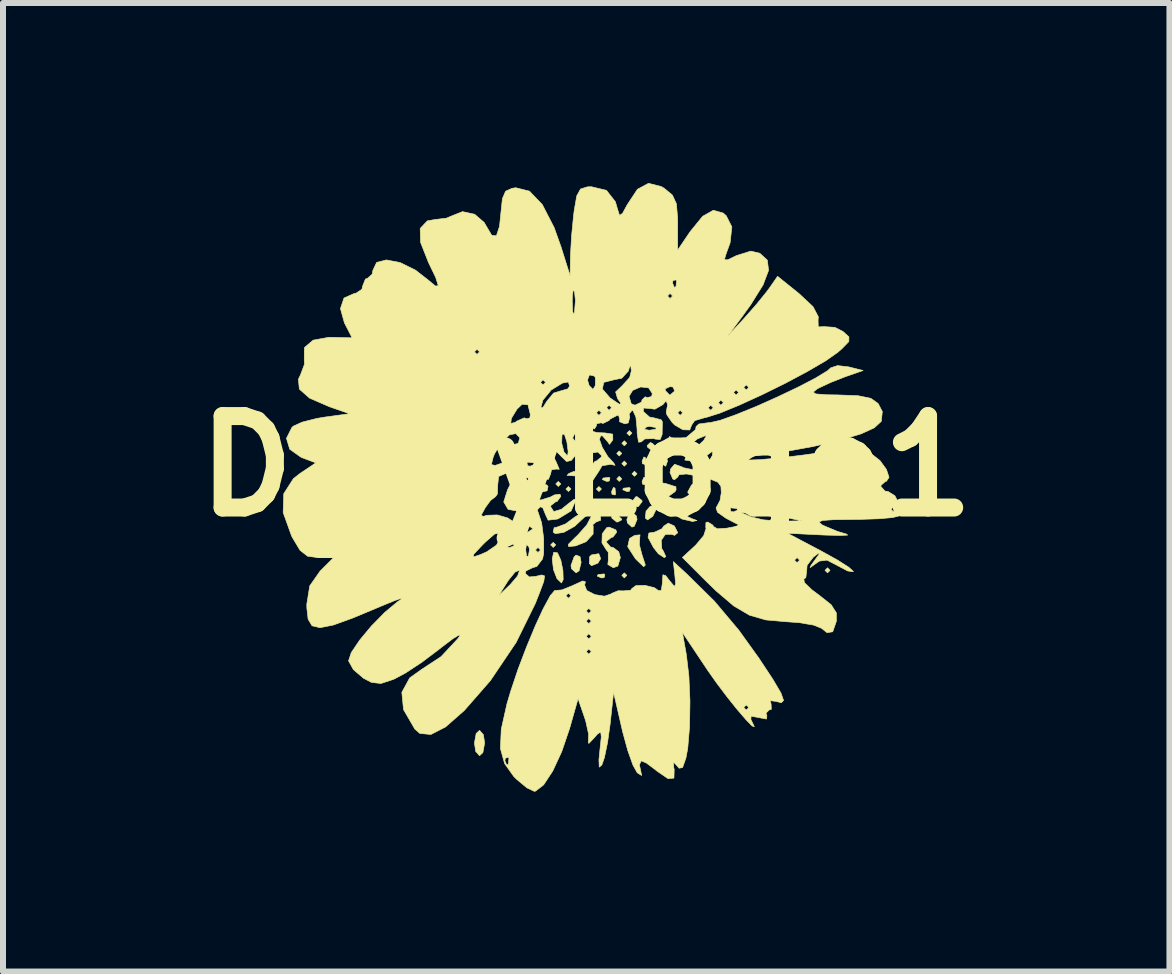
<source format=kicad_pcb>
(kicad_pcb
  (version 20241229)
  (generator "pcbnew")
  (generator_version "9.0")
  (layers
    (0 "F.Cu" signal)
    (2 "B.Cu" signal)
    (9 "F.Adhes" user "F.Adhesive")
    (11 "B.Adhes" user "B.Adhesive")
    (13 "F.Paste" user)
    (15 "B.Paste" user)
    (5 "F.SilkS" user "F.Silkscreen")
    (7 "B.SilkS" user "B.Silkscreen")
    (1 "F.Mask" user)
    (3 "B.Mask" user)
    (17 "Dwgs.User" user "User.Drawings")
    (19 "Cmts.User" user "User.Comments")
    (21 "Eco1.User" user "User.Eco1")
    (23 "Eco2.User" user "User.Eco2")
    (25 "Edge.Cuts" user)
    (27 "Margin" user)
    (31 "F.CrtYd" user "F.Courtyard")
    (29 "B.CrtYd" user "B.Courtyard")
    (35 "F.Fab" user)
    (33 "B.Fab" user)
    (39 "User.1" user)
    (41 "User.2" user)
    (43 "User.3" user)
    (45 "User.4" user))
  (footprint "DaisyLogo1"
    (layer "F.Cu")
    (at 6.72 4.719)
    (property "Reference" "DaisyLogo1" (at 0 0 0) (layer "F.SilkS") (effects (font (size 1.524 1.524) (thickness 0.3))))
    (attr through_hole)
    (fp_poly (pts (xy -0.508 1.312) (xy -0.55 1.355) (xy -0.593 1.312) (xy -0.55 1.27) (xy -0.508 1.312)) (stroke (width 0.01) (type solid)) (fill yes) (layer "F.SilkS"))
    (fp_poly (pts (xy -0.423 0.296) (xy -0.466 0.339) (xy -0.508 0.296) (xy -0.466 0.254) (xy -0.423 0.296)) (stroke (width 0.01) (type solid)) (fill yes) (layer "F.SilkS"))
    (fp_poly (pts (xy -0.254 0.381) (xy -0.296 0.423) (xy -0.339 0.381) (xy -0.296 0.339) (xy -0.254 0.381)) (stroke (width 0.01) (type solid)) (fill yes) (layer "F.SilkS"))
    (fp_poly (pts (xy 0.254 0.381) (xy 0.212 0.423) (xy 0.169 0.381) (xy 0.212 0.339) (xy 0.254 0.381)) (stroke (width 0.01) (type solid)) (fill yes) (layer "F.SilkS"))
    (fp_poly (pts (xy 0.593 -0.212) (xy 0.55 -0.169) (xy 0.508 -0.212) (xy 0.55 -0.254) (xy 0.593 -0.212)) (stroke (width 0.01) (type solid)) (fill yes) (layer "F.SilkS"))
    (fp_poly (pts (xy 0.593 0.212) (xy 0.55 0.254) (xy 0.508 0.212) (xy 0.55 0.169) (xy 0.593 0.212)) (stroke (width 0.01) (type solid)) (fill yes) (layer "F.SilkS"))
    (fp_poly (pts (xy 0.593 0.635) (xy 0.55 0.677) (xy 0.508 0.635) (xy 0.55 0.593) (xy 0.593 0.635)) (stroke (width 0.01) (type solid)) (fill yes) (layer "F.SilkS"))
    (fp_poly (pts (xy 0.677 -0.381) (xy 0.635 -0.339) (xy 0.593 -0.381) (xy 0.635 -0.423) (xy 0.677 -0.381)) (stroke (width 0.01) (type solid)) (fill yes) (layer "F.SilkS"))
    (fp_poly (pts (xy 0.677 -0.042) (xy 0.635 0) (xy 0.593 -0.042) (xy 0.635 -0.085) (xy 0.677 -0.042)) (stroke (width 0.01) (type solid)) (fill yes) (layer "F.SilkS"))
    (fp_poly (pts (xy 0.677 1.82) (xy 0.635 1.863) (xy 0.593 1.82) (xy 0.635 1.778) (xy 0.677 1.82)) (stroke (width 0.01) (type solid)) (fill yes) (layer "F.SilkS"))
    (fp_poly (pts (xy 0.762 -0.55) (xy 0.72 -0.508) (xy 0.677 -0.55) (xy 0.72 -0.593) (xy 0.762 -0.55)) (stroke (width 0.01) (type solid)) (fill yes) (layer "F.SilkS"))
    (fp_poly (pts (xy 0.847 0.127) (xy 0.804 0.169) (xy 0.762 0.127) (xy 0.804 0.085) (xy 0.847 0.127)) (stroke (width 0.01) (type solid)) (fill yes) (layer "F.SilkS"))
    (fp_poly (pts (xy 1.185 0.127) (xy 1.143 0.169) (xy 1.101 0.127) (xy 1.143 0.085) (xy 1.185 0.127)) (stroke (width 0.01) (type solid)) (fill yes) (layer "F.SilkS"))
    (fp_poly (pts (xy 4.064 1.736) (xy 4.022 1.778) (xy 3.979 1.736) (xy 4.022 1.693) (xy 4.064 1.736)) (stroke (width 0.01) (type solid)) (fill yes) (layer "F.SilkS"))
    (fp_poly (pts (xy 0.056 0.452) (xy 0.067 0.552) (xy 0.056 0.564) (xy 0.006 0.553) (xy 0 0.508) (xy 0.031 0.438) (xy 0.056 0.452)) (stroke (width 0.01) (type solid)) (fill yes) (layer "F.SilkS"))
    (fp_poly (pts (xy 0.31 0.621) (xy 0.299 0.671) (xy 0.254 0.677) (xy 0.184 0.646) (xy 0.198 0.621) (xy 0.298 0.611) (xy 0.31 0.621)) (stroke (width 0.01) (type solid)) (fill yes) (layer "F.SilkS"))
    (fp_poly (pts (xy 0.31 1.806) (xy 0.299 1.857) (xy 0.254 1.863) (xy 0.184 1.832) (xy 0.198 1.806) (xy 0.298 1.796) (xy 0.31 1.806)) (stroke (width 0.01) (type solid)) (fill yes) (layer "F.SilkS"))
    (fp_poly (pts (xy 0.395 0.198) (xy 0.383 0.248) (xy 0.339 0.254) (xy 0.269 0.223) (xy 0.282 0.198) (xy 0.383 0.187) (xy 0.395 0.198)) (stroke (width 0.01) (type solid)) (fill yes) (layer "F.SilkS"))
    (fp_poly (pts (xy 0.48 0.367) (xy 0.49 0.467) (xy 0.48 0.48) (xy 0.429 0.468) (xy 0.423 0.423) (xy 0.454 0.354) (xy 0.48 0.367)) (stroke (width 0.01) (type solid)) (fill yes) (layer "F.SilkS"))
    (fp_poly (pts (xy 0.734 0.367) (xy 0.722 0.417) (xy 0.677 0.423) (xy 0.608 0.392) (xy 0.621 0.367) (xy 0.721 0.357) (xy 0.734 0.367)) (stroke (width 0.01) (type solid)) (fill yes) (layer "F.SilkS"))
    (fp_poly (pts (xy 0.988 -0.141) (xy 0.998 -0.041) (xy 0.988 -0.028) (xy 0.937 -0.04) (xy 0.931 -0.085) (xy 0.962 -0.154) (xy 0.988 -0.141)) (stroke (width 0.01) (type solid)) (fill yes) (layer "F.SilkS"))
    (fp_poly (pts (xy 0.988 0.198) (xy 0.998 0.298) (xy 0.988 0.31) (xy 0.937 0.299) (xy 0.931 0.254) (xy 0.962 0.184) (xy 0.988 0.198)) (stroke (width 0.01) (type solid)) (fill yes) (layer "F.SilkS"))
    (fp_poly (pts (xy 1.157 0.452) (xy 1.145 0.502) (xy 1.101 0.508) (xy 1.031 0.477) (xy 1.044 0.452) (xy 1.145 0.441) (xy 1.157 0.452)) (stroke (width 0.01) (type solid)) (fill yes) (layer "F.SilkS"))
    (fp_poly (pts (xy 1.411 -0.48) (xy 1.421 -0.379) (xy 1.411 -0.367) (xy 1.361 -0.379) (xy 1.355 -0.423) (xy 1.386 -0.493) (xy 1.411 -0.48)) (stroke (width 0.01) (type solid)) (fill yes) (layer "F.SilkS"))
    (fp_poly (pts (xy 0.241 1.541) (xy 0.194 1.617) (xy 0.088 1.659) (xy 0.051 1.622) (xy 0.058 1.507) (xy 0.089 1.479) (xy 0.209 1.459) (xy 0.241 1.541)) (stroke (width 0.01) (type solid)) (fill yes) (layer "F.SilkS"))
    (fp_poly (pts (xy 1.176 0.698) (xy 1.11 0.835) (xy 1.023 0.896) (xy 0.985 0.865) (xy 0.997 0.75) (xy 1.059 0.677) (xy 1.162 0.627) (xy 1.176 0.698)) (stroke (width 0.01) (type solid)) (fill yes) (layer "F.SilkS"))
    (fp_poly (pts (xy -1.714 4.475) (xy -1.693 4.614) (xy -1.722 4.773) (xy -1.778 4.826) (xy -1.842 4.754) (xy -1.863 4.614) (xy -1.834 4.455) (xy -1.778 4.403) (xy -1.714 4.475)) (stroke (width 0.01) (type solid)) (fill yes) (layer "F.SilkS"))
    (fp_poly (pts (xy -0.103 1.508) (xy -0.085 1.604) (xy -0.119 1.744) (xy -0.169 1.778) (xy -0.245 1.71) (xy -0.254 1.656) (xy -0.202 1.512) (xy -0.169 1.482) (xy -0.103 1.508)) (stroke (width 0.01) (type solid)) (fill yes) (layer "F.SilkS"))
    (fp_poly (pts (xy 0.508 0.804) (xy 0.589 0.88) (xy 0.593 0.894) (xy 0.527 0.93) (xy 0.508 0.931) (xy 0.427 0.866) (xy 0.423 0.842) (xy 0.475 0.791) (xy 0.508 0.804)) (stroke (width 0.01) (type solid)) (fill yes) (layer "F.SilkS"))
    (fp_poly (pts (xy 0.837 0.831) (xy 0.847 0.889) (xy 0.801 1.002) (xy 0.762 1.016) (xy 0.687 0.947) (xy 0.677 0.889) (xy 0.723 0.776) (xy 0.762 0.762) (xy 0.837 0.831)) (stroke (width 0.01) (type solid)) (fill yes) (layer "F.SilkS"))
    (fp_poly (pts (xy 0.929 0.572) (xy 0.931 0.593) (xy 0.867 0.675) (xy 0.847 0.677) (xy 0.764 0.613) (xy 0.762 0.593) (xy 0.826 0.51) (xy 0.847 0.508) (xy 0.929 0.572)) (stroke (width 0.01) (type solid)) (fill yes) (layer "F.SilkS"))
    (fp_poly (pts (xy 1.101 -0.381) (xy 1.181 -0.305) (xy 1.185 -0.291) (xy 1.12 -0.255) (xy 1.101 -0.254) (xy 1.019 -0.319) (xy 1.016 -0.344) (xy 1.068 -0.394) (xy 1.101 -0.381)) (stroke (width 0.01) (type solid)) (fill yes) (layer "F.SilkS"))
    (fp_poly (pts (xy 1.351 -0.108) (xy 1.355 -0.085) (xy 1.326 -0.002) (xy 1.317 0) (xy 1.245 -0.059) (xy 1.228 -0.085) (xy 1.234 -0.163) (xy 1.265 -0.169) (xy 1.351 -0.108)) (stroke (width 0.01) (type solid)) (fill yes) (layer "F.SilkS"))
    (fp_poly (pts (xy 1.85 0.316) (xy 1.863 0.376) (xy 1.818 0.492) (xy 1.778 0.508) (xy 1.696 0.447) (xy 1.693 0.428) (xy 1.755 0.314) (xy 1.778 0.296) (xy 1.85 0.316)) (stroke (width 0.01) (type solid)) (fill yes) (layer "F.SilkS"))
    (fp_poly (pts (xy 1.318 0.287) (xy 1.457 0.332) (xy 1.494 0.339) (xy 1.498 0.393) (xy 1.482 0.423) (xy 1.37 0.504) (xy 1.263 0.428) (xy 1.236 0.372) (xy 1.229 0.275) (xy 1.318 0.287)) (stroke (width 0.01) (type solid)) (fill yes) (layer "F.SilkS"))
    (fp_poly (pts (xy -0.48 1.443) (xy -0.478 1.446) (xy -0.423 1.568) (xy -0.388 1.742) (xy -0.384 1.892) (xy -0.413 1.947) (xy -0.487 1.875) (xy -0.545 1.726) (xy -0.567 1.546) (xy -0.542 1.436) (xy -0.48 1.443)) (stroke (width 0.01) (type solid)) (fill yes) (layer "F.SilkS"))
    (fp_poly (pts (xy 0.893 1.179) (xy 0.885 1.308) (xy 0.929 1.475) (xy 0.985 1.648) (xy 0.958 1.676) (xy 0.84 1.563) (xy 0.817 1.538) (xy 0.691 1.342) (xy 0.722 1.205) (xy 0.809 1.153) (xy 0.897 1.145) (xy 0.893 1.179)) (stroke (width 0.01) (type solid)) (fill yes) (layer "F.SilkS"))
    (fp_poly (pts (xy 1.679 0.633) (xy 1.655 0.756) (xy 1.681 0.837) (xy 1.756 0.873) (xy 1.846 0.906) (xy 1.773 0.922) (xy 1.6 0.882) (xy 1.49 0.821) (xy 1.389 0.723) (xy 1.429 0.638) (xy 1.466 0.605) (xy 1.6 0.562) (xy 1.679 0.633)) (stroke (width 0.01) (type solid)) (fill yes) (layer "F.SilkS"))
    (fp_poly (pts (xy 1.469 0.997) (xy 1.524 1.106) (xy 1.524 1.111) (xy 1.471 1.154) (xy 1.43 1.137) (xy 1.319 1.136) (xy 1.25 1.237) (xy 1.259 1.374) (xy 1.285 1.415) (xy 1.327 1.507) (xy 1.301 1.524) (xy 1.202 1.46) (xy 1.121 1.356) (xy 1.03 1.186) (xy 1.045 1.114) (xy 1.136 1.101) (xy 1.265 1.041) (xy 1.289 1.001) (xy 1.366 0.95) (xy 1.469 0.997)) (stroke (width 0.01) (type solid)) (fill yes) (layer "F.SilkS"))
    (fp_poly (pts (xy 0.494 1.062) (xy 0.508 1.101) (xy 0.444 1.183) (xy 0.423 1.185) (xy 0.341 1.25) (xy 0.339 1.27) (xy 0.406 1.348) (xy 0.448 1.355) (xy 0.542 1.426) (xy 0.569 1.524) (xy 0.527 1.665) (xy 0.451 1.693) (xy 0.36 1.639) (xy 0.368 1.569) (xy 0.367 1.433) (xy 0.335 1.395) (xy 0.262 1.278) (xy 0.267 1.127) (xy 0.341 1.025) (xy 0.381 1.016) (xy 0.494 1.062)) (stroke (width 0.01) (type solid)) (fill yes) (layer "F.SilkS"))
    (fp_poly (pts (xy 0.234 0.814) (xy 0.242 0.901) (xy 0.164 0.931) (xy 0.108 0.977) (xy 0.116 0.999) (xy 0.115 1.131) (xy -0.002 1.259) (xy -0.176 1.329) (xy -0.294 1.34) (xy -0.298 1.303) (xy -0.183 1.188) (xy -0.141 1.149) (xy 0.008 0.981) (xy 0.081 0.844) (xy 0.082 0.83) (xy 0.054 0.773) (xy -0.026 0.847) (xy -0.194 1.003) (xy -0.375 1.104) (xy -0.515 1.125) (xy -0.551 1.099) (xy -0.534 1.025) (xy -0.487 1.016) (xy -0.344 0.962) (xy -0.19 0.848) (xy -0.016 0.74) (xy 0.122 0.73) (xy 0.234 0.814)) (stroke (width 0.01) (type solid)) (fill yes) (layer "F.SilkS"))
    (fp_poly (pts (xy 1.67 1.791) (xy 2.135 2.249) (xy 2.544 2.735) (xy 2.88 3.203) (xy 3.11 3.551) (xy 3.245 3.78) (xy 3.289 3.905) (xy 3.251 3.943) (xy 3.161 3.92) (xy 3.066 3.908) (xy 3.081 3.965) (xy 3.085 4.053) (xy 3.048 4.064) (xy 2.996 4.117) (xy 3.011 4.158) (xy 3.005 4.215) (xy 2.879 4.191) (xy 2.747 4.166) (xy 2.745 4.226) (xy 2.756 4.245) (xy 2.802 4.343) (xy 2.764 4.329) (xy 2.663 4.226) (xy 2.517 4.056) (xy 2.489 4.022) (xy 2.625 4.022) (xy 2.667 4.064) (xy 2.709 4.022) (xy 2.667 3.979) (xy 2.625 4.022) (xy 2.489 4.022) (xy 2.346 3.843) (xy 2.169 3.608) (xy 2.022 3.399) (xy 1.603 2.771) (xy 1.669 3.143) (xy 1.711 3.498) (xy 1.729 3.919) (xy 1.722 4.342) (xy 1.692 4.702) (xy 1.662 4.864) (xy 1.606 5.023) (xy 1.548 5.034) (xy 1.511 4.991) (xy 1.454 4.931) (xy 1.458 5.019) (xy 1.466 5.056) (xy 1.462 5.199) (xy 1.362 5.207) (xy 1.176 5.08) (xy 1.152 5.059) (xy 1.003 4.948) (xy 0.918 4.911) (xy 0.886 4.975) (xy 0.904 5.059) (xy 0.924 5.156) (xy 0.855 5.113) (xy 0.849 5.108) (xy 0.778 4.98) (xy 0.692 4.737) (xy 0.607 4.427) (xy 0.598 4.388) (xy 0.456 3.768) (xy 0.398 4.303) (xy 0.355 4.608) (xy 0.303 4.858) (xy 0.26 4.981) (xy 0.217 5.016) (xy 0.212 4.894) (xy 0.227 4.741) (xy 0.251 4.514) (xy 0.242 4.43) (xy 0.187 4.465) (xy 0.131 4.53) (xy 0.043 4.622) (xy 0.035 4.603) (xy 0.04 4.467) (xy -0.008 4.25) (xy -0.027 4.191) (xy -0.136 3.875) (xy -0.277 4.372) (xy -0.408 4.757) (xy -0.558 5.081) (xy -0.71 5.312) (xy -0.845 5.416) (xy -0.867 5.419) (xy -0.989 5.361) (xy -1.16 5.219) (xy -1.207 5.172) (xy -1.36 4.957) (xy -1.373 4.911) (xy -1.355 4.911) (xy -1.324 4.98) (xy -1.298 4.967) (xy -1.288 4.867) (xy -1.298 4.854) (xy -1.349 4.866) (xy -1.355 4.911) (xy -1.373 4.911) (xy -1.43 4.706) (xy -1.416 4.385) (xy -1.321 3.96) (xy -1.26 3.755) (xy -1.138 3.39) (xy -1.024 3.09) (xy 0 3.09) (xy 0.042 3.133) (xy 0.085 3.09) (xy 0.042 3.048) (xy 0 3.09) (xy -1.024 3.09) (xy -0.996 3.016) (xy -0.921 2.836) (xy 0 2.836) (xy 0.042 2.879) (xy 0.085 2.836) (xy 0.042 2.794) (xy 0 2.836) (xy -0.921 2.836) (xy -0.85 2.665) (xy -0.812 2.582) (xy 0 2.582) (xy 0.042 2.625) (xy 0.085 2.582) (xy 0.042 2.54) (xy 0 2.582) (xy -0.812 2.582) (xy -0.734 2.413) (xy 0 2.413) (xy 0.042 2.455) (xy 0.085 2.413) (xy 0.042 2.371) (xy 0 2.413) (xy -0.734 2.413) (xy -0.713 2.369) (xy -0.6 2.161) (xy -0.599 2.159) (xy -0.339 2.159) (xy -0.296 2.201) (xy -0.254 2.159) (xy -0.296 2.117) (xy -0.339 2.159) (xy -0.599 2.159) (xy -0.525 2.071) (xy -0.512 2.072) (xy -0.404 2.062) (xy -0.223 1.989) (xy -0.218 1.986) (xy -0.059 1.913) (xy -0.013 1.927) (xy -0.027 1.981) (xy 0.009 2.072) (xy 0.144 2.141) (xy 0.304 2.167) (xy 0.418 2.128) (xy 0.423 2.121) (xy 0.532 2.076) (xy 0.614 2.079) (xy 0.739 2.069) (xy 0.762 2.039) (xy 0.829 1.99) (xy 0.98 1.987) (xy 1.135 2.025) (xy 1.205 2.074) (xy 1.251 2.07) (xy 1.269 1.952) (xy 1.278 1.81) (xy 1.324 1.824) (xy 1.387 1.906) (xy 1.469 2.004) (xy 1.49 1.965) (xy 1.478 1.829) (xy 1.452 1.591) (xy 1.67 1.791)) (stroke (width 0.01) (type solid)) (fill yes) (layer "F.SilkS"))
    (fp_poly (pts (xy 4.372 -1.655) (xy 4.614 -1.594) (xy 4.318 -1.491) (xy 4.069 -1.393) (xy 3.863 -1.296) (xy 3.852 -1.289) (xy 3.783 -1.235) (xy 3.824 -1.204) (xy 3.997 -1.19) (xy 4.191 -1.187) (xy 4.531 -1.174) (xy 4.742 -1.131) (xy 4.865 -1.044) (xy 4.935 -0.91) (xy 4.917 -0.746) (xy 4.801 -0.639) (xy 4.58 -0.538) (xy 4.229 -0.432) (xy 3.788 -0.329) (xy 3.296 -0.239) (xy 2.854 -0.178) (xy 2.569 -0.142) (xy 2.444 -0.119) (xy 2.472 -0.105) (xy 2.625 -0.099) (xy 2.887 -0.108) (xy 3.25 -0.14) (xy 3.647 -0.189) (xy 3.767 -0.206) (xy 4.15 -0.259) (xy 4.409 -0.279) (xy 4.586 -0.266) (xy 4.725 -0.22) (xy 4.751 -0.207) (xy 4.896 -0.093) (xy 5.003 0.054) (xy 5.047 0.186) (xy 5.003 0.253) (xy 4.987 0.254) (xy 4.913 0.319) (xy 4.911 0.339) (xy 4.979 0.415) (xy 5.032 0.423) (xy 5.144 0.493) (xy 5.223 0.644) (xy 5.231 0.793) (xy 5.209 0.831) (xy 5.104 0.857) (xy 4.873 0.877) (xy 4.561 0.887) (xy 4.457 0.888) (xy 4.123 0.892) (xy 3.937 0.905) (xy 3.879 0.931) (xy 3.927 0.975) (xy 3.952 0.989) (xy 4.186 1.087) (xy 4.337 1.132) (xy 4.357 1.149) (xy 4.234 1.155) (xy 3.994 1.149) (xy 3.942 1.147) (xy 3.355 1.118) (xy 3.923 1.418) (xy 4.188 1.565) (xy 4.375 1.684) (xy 4.451 1.753) (xy 4.45 1.759) (xy 4.358 1.747) (xy 4.195 1.661) (xy 4.188 1.657) (xy 4.013 1.566) (xy 3.887 1.582) (xy 3.825 1.624) (xy 3.731 1.692) (xy 3.748 1.651) (xy 3.81 1.566) (xy 3.892 1.451) (xy 3.863 1.456) (xy 3.785 1.516) (xy 3.681 1.652) (xy 3.674 1.744) (xy 3.66 1.859) (xy 3.627 1.881) (xy 3.636 1.941) (xy 3.759 2.059) (xy 3.873 2.144) (xy 4.082 2.309) (xy 4.169 2.446) (xy 4.169 2.585) (xy 4.108 2.76) (xy 4.013 2.775) (xy 3.92 2.701) (xy 3.79 2.649) (xy 3.549 2.608) (xy 3.324 2.592) (xy 2.994 2.563) (xy 2.721 2.484) (xy 2.459 2.33) (xy 2.164 2.079) (xy 1.974 1.894) (xy 1.647 1.566) (xy 3.471 1.566) (xy 3.514 1.609) (xy 3.556 1.566) (xy 3.514 1.524) (xy 3.471 1.566) (xy 1.647 1.566) (xy 1.602 1.522) (xy 1.825 1.316) (xy 1.958 1.158) (xy 1.998 1.035) (xy 1.992 1.02) (xy 1.995 0.939) (xy 2.027 0.931) (xy 2.113 0.985) (xy 2.117 1.004) (xy 2.187 1.044) (xy 2.341 1.034) (xy 2.565 0.991) (xy 2.329 0.868) (xy 2.196 0.774) (xy 2.582 0.774) (xy 2.752 0.847) (xy 2.947 0.894) (xy 3.21 0.915) (xy 3.26 0.916) (xy 3.598 0.912) (xy 3.26 0.842) (xy 2.998 0.797) (xy 2.783 0.774) (xy 2.752 0.773) (xy 2.582 0.774) (xy 2.196 0.774) (xy 2.189 0.769) (xy 2.167 0.706) (xy 2.399 0.706) (xy 2.411 0.756) (xy 2.455 0.762) (xy 2.525 0.731) (xy 2.519 0.72) (xy 5.08 0.72) (xy 5.122 0.762) (xy 5.165 0.72) (xy 5.122 0.677) (xy 5.08 0.72) (xy 2.519 0.72) (xy 2.512 0.706) (xy 2.411 0.695) (xy 2.399 0.706) (xy 2.167 0.706) (xy 2.163 0.694) (xy 2.168 0.69) (xy 2.231 0.57) (xy 2.251 0.443) (xy 2.245 0.338) (xy 2.196 0.269) (xy 2.068 0.216) (xy 1.824 0.16) (xy 1.672 0.13) (xy 1.548 0.142) (xy 1.524 0.182) (xy 1.472 0.226) (xy 1.443 0.214) (xy 1.396 0.104) (xy 1.408 0.044) (xy 1.474 -0.032) (xy 1.601 0.015) (xy 1.616 0.025) (xy 1.822 0.068) (xy 2.009 -0.024) (xy 2.101 -0.175) (xy 2.109 -0.251) (xy 2.029 -0.194) (xy 2.026 -0.191) (xy 1.85 -0.102) (xy 1.74 -0.088) (xy 1.643 -0.102) (xy 1.66 -0.157) (xy 1.801 -0.283) (xy 1.82 -0.299) (xy 1.959 -0.429) (xy 1.999 -0.502) (xy 1.985 -0.508) (xy 1.853 -0.454) (xy 1.796 -0.408) (xy 1.679 -0.353) (xy 1.632 -0.372) (xy 1.641 -0.457) (xy 1.717 -0.52) (xy 1.823 -0.611) (xy 1.831 -0.661) (xy 1.878 -0.703) (xy 2.042 -0.725) (xy 2.063 -0.725) (xy 2.229 -0.763) (xy 2.498 -0.859) (xy 2.833 -0.995) (xy 3.191 -1.155) (xy 3.535 -1.319) (xy 3.825 -1.47) (xy 4.02 -1.589) (xy 4.076 -1.639) (xy 4.188 -1.676) (xy 4.372 -1.655)) (stroke (width 0.01) (type solid)) (fill yes) (layer "F.SilkS"))
    (fp_poly (pts (xy 1.251 -4.66) (xy 1.304 -4.628) (xy 1.437 -4.517) (xy 1.503 -4.372) (xy 1.523 -4.134) (xy 1.524 -4.042) (xy 1.524 -3.601) (xy 1.731 -3.907) (xy 1.94 -4.164) (xy 2.119 -4.265) (xy 2.283 -4.218) (xy 2.333 -4.174) (xy 2.427 -3.988) (xy 2.398 -3.722) (xy 2.33 -3.535) (xy 2.302 -3.441) (xy 2.359 -3.439) (xy 2.503 -3.509) (xy 2.743 -3.584) (xy 2.893 -3.548) (xy 3.019 -3.433) (xy 3.039 -3.263) (xy 2.948 -3.022) (xy 2.742 -2.691) (xy 2.603 -2.498) (xy 2.351 -2.159) (xy 2.636 -2.468) (xy 2.836 -2.695) (xy 3.006 -2.905) (xy 3.055 -2.971) (xy 3.189 -3.164) (xy 3.547 -2.876) (xy 3.78 -2.658) (xy 3.868 -2.49) (xy 3.864 -2.434) (xy 3.867 -2.321) (xy 3.97 -2.325) (xy 4.145 -2.313) (xy 4.28 -2.244) (xy 4.378 -2.155) (xy 4.377 -2.077) (xy 4.263 -1.959) (xy 4.191 -1.896) (xy 3.993 -1.757) (xy 3.69 -1.58) (xy 3.321 -1.383) (xy 2.927 -1.189) (xy 2.549 -1.016) (xy 2.227 -0.884) (xy 2.002 -0.813) (xy 1.971 -0.807) (xy 1.808 -0.759) (xy 1.757 -0.686) (xy 1.725 -0.603) (xy 1.611 -0.607) (xy 1.472 -0.688) (xy 1.429 -0.733) (xy 1.344 -0.856) (xy 1.337 -0.889) (xy 1.524 -0.889) (xy 1.566 -0.847) (xy 1.609 -0.889) (xy 1.566 -0.931) (xy 1.524 -0.889) (xy 1.337 -0.889) (xy 1.333 -0.902) (xy 1.347 -0.974) (xy 2.032 -0.974) (xy 2.074 -0.931) (xy 2.117 -0.974) (xy 2.074 -1.016) (xy 2.032 -0.974) (xy 1.347 -0.974) (xy 1.353 -1.001) (xy 1.353 -1.037) (xy 1.344 -1.058) (xy 2.201 -1.058) (xy 2.244 -1.016) (xy 2.286 -1.058) (xy 2.244 -1.101) (xy 2.201 -1.058) (xy 1.344 -1.058) (xy 1.33 -1.089) (xy 1.277 -1.025) (xy 1.144 -0.949) (xy 1.06 -0.961) (xy 0.954 -0.969) (xy 0.952 -0.911) (xy 1.056 -0.818) (xy 1.128 -0.805) (xy 1.249 -0.773) (xy 1.269 -0.741) (xy 1.265 -0.528) (xy 1.232 -0.444) (xy 1.151 -0.451) (xy 1.129 -0.459) (xy 0.976 -0.454) (xy 0.918 -0.405) (xy 0.872 -0.399) (xy 0.849 -0.545) (xy 0.848 -0.613) (xy 0.968 -0.613) (xy 1.051 -0.599) (xy 1.161 -0.615) (xy 1.162 -0.644) (xy 1.049 -0.664) (xy 1 -0.651) (xy 0.968 -0.613) (xy 0.848 -0.613) (xy 0.848 -0.614) (xy 0.828 -0.818) (xy 0.779 -0.926) (xy 0.765 -0.931) (xy 0.715 -0.87) (xy 0.726 -0.818) (xy 0.7 -0.72) (xy 0.642 -0.706) (xy 0.554 -0.741) (xy 0.559 -0.776) (xy 0.541 -0.843) (xy 0.518 -0.847) (xy 0.399 -0.785) (xy 0.38 -0.761) (xy 0.279 -0.712) (xy 0.248 -0.723) (xy 0.176 -0.707) (xy 0.169 -0.672) (xy 0.136 -0.619) (xy 0.04 -0.679) (xy -0.086 -0.746) (xy -0.136 -0.739) (xy -0.121 -0.672) (xy 0.005 -0.604) (xy 0.184 -0.559) (xy 0.31 -0.554) (xy 0.442 -0.534) (xy 0.443 -0.437) (xy 0.388 -0.363) (xy 0.358 -0.406) (xy 0.274 -0.502) (xy 0.244 -0.508) (xy 0.219 -0.45) (xy 0.267 -0.314) (xy 0.36 -0.16) (xy 0.457 -0.056) (xy 0.481 -0.014) (xy 0.407 -0.03) (xy 0.264 -0.007) (xy 0.213 0.081) (xy 0.109 0.238) (xy 0.035 0.288) (xy -0.05 0.292) (xy -0.042 0.253) (xy -0.071 0.187) (xy -0.186 0.163) (xy -0.319 0.154) (xy -0.291 0.123) (xy -0.212 0.09) (xy -0.041 0.073) (xy 0.02 0.117) (xy 0.08 0.149) (xy 0.102 0.05) (xy 0.095 -0.021) (xy 0.149 -0.083) (xy 0.169 -0.085) (xy 0.25 -0.15) (xy 0.254 -0.178) (xy 0.193 -0.236) (xy 0.131 -0.225) (xy 0.045 -0.229) (xy 0.053 -0.294) (xy 0.025 -0.421) (xy -0.064 -0.497) (xy -0.192 -0.54) (xy -0.226 -0.469) (xy -0.167 -0.393) (xy -0.098 -0.404) (xy -0.032 -0.407) (xy -0.078 -0.313) (xy -0.132 -0.237) (xy -0.25 -0.094) (xy -0.328 -0.078) (xy -0.431 -0.178) (xy -0.444 -0.193) (xy -0.559 -0.302) (xy -0.587 -0.274) (xy -0.524 -0.116) (xy -0.5 -0.069) (xy -0.449 0.052) (xy -0.496 0.049) (xy -0.5 0.048) (xy -0.579 0.061) (xy -0.593 0.127) (xy -0.63 0.22) (xy -0.671 0.215) (xy -0.779 0.229) (xy -0.812 0.266) (xy -0.823 0.326) (xy -0.781 0.308) (xy -0.663 0.309) (xy -0.636 0.337) (xy -0.653 0.412) (xy -0.71 0.423) (xy -0.856 0.473) (xy -0.889 0.508) (xy -0.871 0.563) (xy -0.753 0.563) (xy -0.595 0.514) (xy -0.529 0.479) (xy -0.437 0.467) (xy -0.423 0.503) (xy -0.485 0.589) (xy -0.508 0.593) (xy -0.59 0.657) (xy -0.593 0.677) (xy -0.541 0.757) (xy -0.414 0.719) (xy -0.302 0.629) (xy -0.201 0.552) (xy -0.171 0.565) (xy -0.252 0.746) (xy -0.465 0.876) (xy -0.487 0.883) (xy -0.635 0.9) (xy -0.677 0.81) (xy -0.724 0.694) (xy -0.767 0.677) (xy -0.817 0.73) (xy -0.803 0.764) (xy -0.743 0.946) (xy -0.709 1.206) (xy -0.709 1.452) (xy -0.727 1.545) (xy -0.823 1.671) (xy -0.895 1.693) (xy -1.004 1.746) (xy -1.016 1.788) (xy -0.949 1.846) (xy -0.847 1.838) (xy -0.741 1.813) (xy -0.694 1.829) (xy -0.707 1.92) (xy -0.781 2.118) (xy -0.848 2.288) (xy -1.167 2.936) (xy -1.596 3.573) (xy -2.032 4.072) (xy -2.344 4.346) (xy -2.589 4.472) (xy -2.774 4.454) (xy -2.857 4.381) (xy -3.045 4.057) (xy -3.073 3.77) (xy -2.942 3.529) (xy -2.74 3.385) (xy -2.42 3.175) (xy -2.144 2.88) (xy -2.114 2.841) (xy -2.111 2.809) (xy -2.217 2.872) (xy -2.408 3.016) (xy -2.458 3.056) (xy -2.739 3.268) (xy -3.014 3.449) (xy -3.208 3.552) (xy -3.421 3.622) (xy -3.579 3.604) (xy -3.713 3.534) (xy -3.881 3.39) (xy -3.961 3.245) (xy -3.916 3.108) (xy -3.777 2.901) (xy -3.579 2.663) (xy -3.355 2.435) (xy -3.14 2.256) (xy -3.09 2.224) (xy -3.073 2.2) (xy -3.186 2.238) (xy -3.406 2.328) (xy -3.429 2.338) (xy -3.889 2.53) (xy -4.218 2.649) (xy -4.438 2.692) (xy -4.57 2.66) (xy -4.635 2.551) (xy -4.656 2.365) (xy -4.657 2.3) (xy -4.634 2.159) (xy -1.46 2.159) (xy -1.264 1.971) (xy -1.143 1.829) (xy -1.112 1.739) (xy -1.115 1.735) (xy -1.186 1.765) (xy -1.297 1.902) (xy -1.311 1.924) (xy -1.46 2.159) (xy -4.634 2.159) (xy -4.608 1.996) (xy -4.437 1.751) (xy -4.433 1.747) (xy -4.21 1.524) (xy -4.47 1.524) (xy -4.539 1.515) (xy -1.885 1.515) (xy -1.758 1.472) (xy -1.655 1.426) (xy -1.603 1.39) (xy -1.009 1.39) (xy -0.994 1.5) (xy -0.965 1.501) (xy -0.946 1.397) (xy -0.847 1.397) (xy -0.804 1.439) (xy -0.762 1.397) (xy -0.804 1.355) (xy -0.847 1.397) (xy -0.946 1.397) (xy -0.945 1.388) (xy -0.958 1.339) (xy -0.996 1.307) (xy -1.009 1.39) (xy -1.603 1.39) (xy -1.497 1.317) (xy -1.486 1.298) (xy -1.326 1.298) (xy -1.315 1.349) (xy -1.27 1.355) (xy -1.2 1.324) (xy -1.214 1.298) (xy -1.314 1.288) (xy -1.326 1.298) (xy -1.486 1.298) (xy -1.439 1.214) (xy -1.457 1.118) (xy -1.527 1.131) (xy -1.676 1.261) (xy -1.728 1.312) (xy -1.872 1.465) (xy -1.885 1.515) (xy -4.539 1.515) (xy -4.643 1.501) (xy -4.769 1.403) (xy -4.896 1.191) (xy -4.912 1.159) (xy -5.035 0.817) (xy -1.751 0.817) (xy -1.716 0.838) (xy -1.658 0.819) (xy -1.482 0.813) (xy -1.312 0.862) (xy -1.172 0.952) (xy -1.177 1.046) (xy -1.196 1.072) (xy -1.24 1.164) (xy -1.143 1.164) (xy -0.974 1.101) (xy -0.885 1.043) (xy -0.919 1.022) (xy -0.995 0.957) (xy -0.985 0.889) (xy -1 0.781) (xy -1.082 0.761) (xy -1.302 0.72) (xy -1.375 0.596) (xy -1.347 0.508) (xy -1.185 0.508) (xy -1.121 0.59) (xy -1.101 0.593) (xy -1.018 0.528) (xy -1.016 0.508) (xy -1.08 0.426) (xy -1.101 0.423) (xy -1.183 0.488) (xy -1.185 0.508) (xy -1.347 0.508) (xy -1.309 0.389) (xy -1.217 0.209) (xy -1.215 0.198) (xy -1.072 0.198) (xy -1.061 0.248) (xy -1.016 0.254) (xy -0.946 0.223) (xy -0.96 0.198) (xy -1.06 0.187) (xy -1.072 0.198) (xy -1.215 0.198) (xy -1.202 0.135) (xy -1.27 0.12) (xy -1.341 0.121) (xy -1.46 0.172) (xy -1.475 0.314) (xy -1.48 0.464) (xy -1.511 0.508) (xy -1.594 0.571) (xy -1.681 0.69) (xy -1.751 0.817) (xy -5.035 0.817) (xy -5.051 0.772) (xy -5.041 0.459) (xy -4.881 0.209) (xy -4.772 0.123) (xy -4.549 -0.026) (xy -1.581 -0.026) (xy -1.517 -0.012) (xy -1.402 -0.052) (xy -1.397 -0.056) (xy -0.988 -0.056) (xy -0.976 -0.006) (xy -0.931 0) (xy -0.862 -0.031) (xy -0.875 -0.056) (xy -0.975 -0.067) (xy -0.988 -0.056) (xy -1.397 -0.056) (xy -1.314 -0.123) (xy -1.363 -0.222) (xy -1.407 -0.312) (xy -1.306 -0.338) (xy -1.28 -0.339) (xy -1.132 -0.381) (xy -1.131 -0.384) (xy -0.409 -0.384) (xy -0.37 -0.236) (xy -0.311 -0.169) (xy -0.301 -0.241) (xy -0.322 -0.402) (xy -0.364 -0.534) (xy -0.402 -0.529) (xy -0.403 -0.526) (xy -0.409 -0.384) (xy -1.131 -0.384) (xy -1.107 -0.475) (xy -1.174 -0.543) (xy -1.279 -0.522) (xy -1.411 -0.394) (xy -1.527 -0.208) (xy -1.551 -0.148) (xy -1.581 -0.026) (xy -4.549 -0.026) (xy -4.507 -0.055) (xy -4.751 -0.147) (xy -4.941 -0.282) (xy -4.996 -0.464) (xy -4.905 -0.645) (xy -4.881 -0.667) (xy -4.784 -0.711) (xy -1.257 -0.711) (xy -1.182 -0.731) (xy -1.156 -0.751) (xy -1.033 -0.805) (xy -0.987 -0.789) (xy -0.939 -0.805) (xy -0.931 -0.861) (xy -0.938 -0.889) (xy 0.169 -0.889) (xy 0.212 -0.847) (xy 0.254 -0.889) (xy 0.212 -0.931) (xy 0.169 -0.889) (xy -0.938 -0.889) (xy -0.959 -0.974) (xy 0.339 -0.974) (xy 0.381 -0.931) (xy 0.423 -0.974) (xy 0.381 -1.016) (xy 0.339 -0.974) (xy -0.959 -0.974) (xy -0.96 -0.979) (xy -0.756 -0.979) (xy -0.723 -0.974) (xy -0.658 -1.08) (xy -0.544 -1.218) (xy -0.44 -1.25) (xy -0.307 -1.288) (xy -0.277 -1.334) (xy -0.298 -1.403) (xy -0.395 -1.385) (xy -0.584 -1.269) (xy -0.722 -1.1) (xy -0.756 -0.979) (xy -0.96 -0.979) (xy -0.97 -1.022) (xy -1.068 -1.032) (xy -1.153 -0.951) (xy -1.248 -0.795) (xy -1.257 -0.711) (xy -4.784 -0.711) (xy -4.733 -0.734) (xy -4.488 -0.796) (xy -4.355 -0.818) (xy -3.944 -0.874) (xy -4.279 -0.99) (xy -4.611 -1.134) (xy -4.781 -1.284) (xy -4.792 -1.397) (xy -0.762 -1.397) (xy -0.72 -1.355) (xy -0.677 -1.397) (xy -0.717 -1.437) (xy 0.021 -1.437) (xy 0.049 -1.343) (xy 0.114 -1.279) (xy 0.118 -1.286) (xy 0.269 -1.286) (xy 0.397 -1.138) (xy 0.402 -1.134) (xy 0.551 -1.033) (xy 0.581 -1.043) (xy 0.523 -1.125) (xy 0.511 -1.164) (xy 0.714 -1.164) (xy 0.75 -1.04) (xy 0.812 -1.016) (xy 0.92 -1.067) (xy 0.931 -1.106) (xy 0.983 -1.156) (xy 1.016 -1.143) (xy 1.09 -1.16) (xy 1.101 -1.211) (xy 1.051 -1.289) (xy 1.315 -1.289) (xy 1.321 -1.256) (xy 1.39 -1.186) (xy 1.397 -1.185) (xy 1.446 -1.228) (xy 2.455 -1.228) (xy 2.498 -1.185) (xy 2.54 -1.228) (xy 2.498 -1.27) (xy 2.455 -1.228) (xy 1.446 -1.228) (xy 1.465 -1.243) (xy 1.473 -1.256) (xy 1.45 -1.312) (xy 2.625 -1.312) (xy 2.667 -1.27) (xy 2.709 -1.312) (xy 2.667 -1.355) (xy 2.625 -1.312) (xy 1.45 -1.312) (xy 1.448 -1.318) (xy 1.397 -1.326) (xy 1.315 -1.289) (xy 1.051 -1.289) (xy 1.04 -1.305) (xy 0.908 -1.32) (xy 0.774 -1.263) (xy 0.714 -1.164) (xy 0.511 -1.164) (xy 0.49 -1.237) (xy 0.597 -1.338) (xy 0.724 -1.478) (xy 0.752 -1.588) (xy 0.74 -1.691) (xy 0.715 -1.63) (xy 0.704 -1.587) (xy 0.593 -1.466) (xy 0.459 -1.439) (xy 0.292 -1.396) (xy 0.269 -1.286) (xy 0.118 -1.286) (xy 0.151 -1.343) (xy 0.152 -1.475) (xy 0.136 -1.501) (xy 0.054 -1.521) (xy 0.021 -1.437) (xy -0.717 -1.437) (xy -0.72 -1.439) (xy -0.762 -1.397) (xy -4.792 -1.397) (xy -4.797 -1.449) (xy -4.762 -1.522) (xy -4.696 -1.697) (xy -4.699 -1.796) (xy -4.698 -1.905) (xy -1.863 -1.905) (xy -1.82 -1.863) (xy -1.778 -1.905) (xy -1.82 -1.947) (xy -1.863 -1.905) (xy -4.698 -1.905) (xy -4.696 -1.977) (xy -4.551 -2.1) (xy -4.286 -2.148) (xy -4.241 -2.147) (xy -3.902 -2.139) (xy -4.03 -2.388) (xy -4.096 -2.626) (xy -4.054 -2.752) (xy -0.233 -2.752) (xy -0.226 -2.577) (xy -0.207 -2.532) (xy -0.196 -2.56) (xy -0.18 -2.764) (xy -0.188 -2.836) (xy 1.355 -2.836) (xy 1.397 -2.794) (xy 1.439 -2.836) (xy 1.397 -2.879) (xy 1.355 -2.836) (xy -0.188 -2.836) (xy -0.194 -2.899) (xy -0.216 -2.946) (xy -0.23 -2.844) (xy -0.233 -2.752) (xy -4.054 -2.752) (xy -4.037 -2.802) (xy -3.866 -2.878) (xy -3.842 -2.879) (xy -3.739 -2.947) (xy -3.725 -3.006) (xy -3.68 -3.118) (xy -3.641 -3.133) (xy -3.566 -3.201) (xy -3.556 -3.262) (xy -3.493 -3.396) (xy -3.329 -3.437) (xy -3.102 -3.393) (xy -2.847 -3.268) (xy -2.646 -3.112) (xy -2.511 -3.001) (xy -2.465 -3.009) (xy -2.478 -3.048) (xy 1.439 -3.048) (xy 1.47 -2.978) (xy 1.496 -2.992) (xy 1.506 -3.092) (xy 1.496 -3.104) (xy 1.445 -3.093) (xy 1.439 -3.048) (xy -2.478 -3.048) (xy -2.509 -3.146) (xy -2.63 -3.397) (xy -2.761 -3.73) (xy -2.767 -3.962) (xy -2.648 -4.088) (xy -2.522 -4.11) (xy -2.331 -4.133) (xy -2.233 -4.174) (xy -2.061 -4.242) (xy -1.859 -4.198) (xy -1.699 -4.06) (xy -1.678 -4.022) (xy -1.575 -3.848) (xy -1.497 -3.839) (xy -1.445 -3.996) (xy -1.423 -4.212) (xy -1.397 -4.458) (xy -1.344 -4.582) (xy -1.236 -4.631) (xy -1.173 -4.64) (xy -0.946 -4.583) (xy -0.732 -4.36) (xy -0.534 -3.975) (xy -0.42 -3.655) (xy -0.269 -3.175) (xy -0.262 -3.523) (xy -0.244 -3.838) (xy -0.21 -4.186) (xy -0.2 -4.264) (xy -0.158 -4.504) (xy -0.095 -4.619) (xy 0.019 -4.655) (xy 0.086 -4.657) (xy 0.337 -4.597) (xy 0.486 -4.407) (xy 0.524 -4.276) (xy 0.555 -4.179) (xy 0.606 -4.214) (xy 0.681 -4.353) (xy 0.853 -4.614) (xy 1.038 -4.714) (xy 1.251 -4.66)) (stroke (width 0.01) (type solid)) (fill yes) (layer "F.SilkS")))
  (gr_rect
    (start -3 -3)
    (end 16.44 13.142)
    (stroke (width 0.1) (type default))
    (fill no)
    (layer "Edge.Cuts")))
</source>
